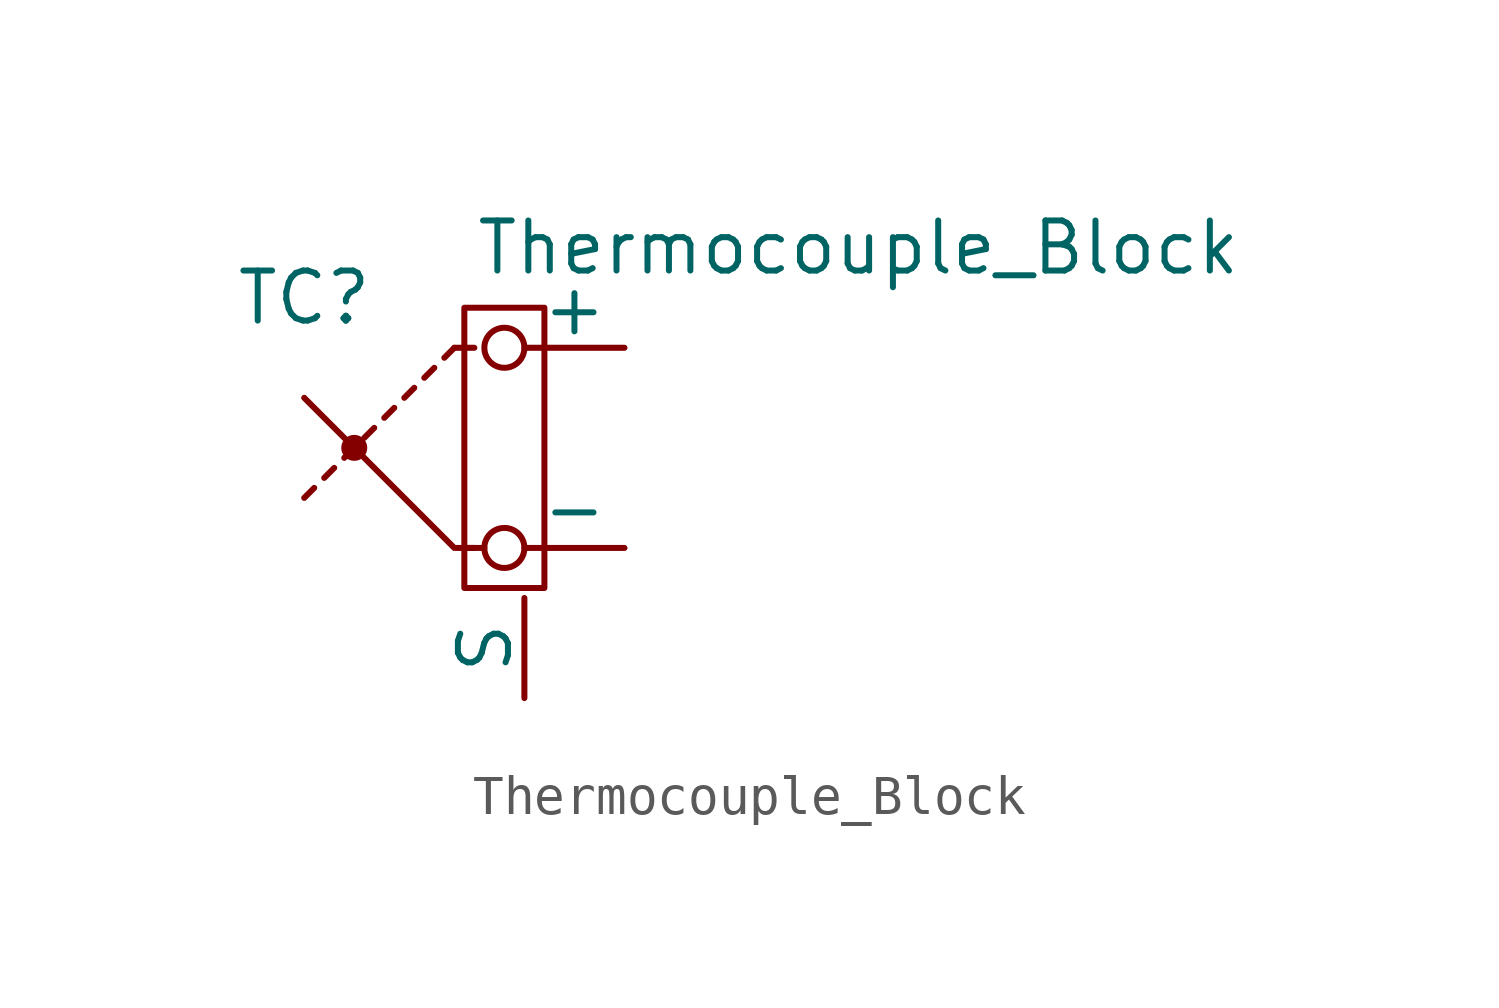
<source format=kicad_sym>
(kicad_symbol_lib
  (version 20211014)
  (generator kicad_symbol_editor)
  (symbol "Thermocouple_Block"
    (pin_numbers hide)
    (pin_names
      (offset 0))
    (property "Reference" "TC"
      (at -3.048 3.81 0)
      (effects (font (size 1.27 1.27))))
    (property "Value" "Thermocouple_Block"
      (at 1.27 5.08 0)
      (effects (font (size 1.27 1.27)) (justify left)))
    (symbol "Thermocouple_Block_0_1"
      (circle (center -1.778 0) (radius 0.254) (stroke (width 0) (type default) (color 0 0 0 0)) (fill (type outline)))
      (polyline (pts (xy -2.794 -1.016) (xy -3.048 -1.27)) (stroke (width 0) (type default) (color 0 0 0 0)) (fill (type none)))
      (polyline (pts (xy -2.286 -0.508) (xy -2.54 -0.762)) (stroke (width 0) (type default) (color 0 0 0 0)) (fill (type none)))
      (polyline (pts (xy -1.778 0) (xy -2.032 -0.254)) (stroke (width 0) (type default) (color 0 0 0 0)) (fill (type none)))
      (polyline (pts (xy -1.27 0.508) (xy -1.524 0.254)) (stroke (width 0) (type default) (color 0 0 0 0)) (fill (type none)))
      (polyline (pts (xy -0.762 1.016) (xy -1.016 0.762)) (stroke (width 0) (type default) (color 0 0 0 0)) (fill (type none)))
      (polyline (pts (xy -0.254 1.524) (xy -0.508 1.27)) (stroke (width 0) (type default) (color 0 0 0 0)) (fill (type none)))
      (polyline (pts (xy 0.254 2.032) (xy 0 1.778)) (stroke (width 0) (type default) (color 0 0 0 0)) (fill (type none)))
      (polyline (pts (xy 0.762 2.54) (xy 0.508 2.286)) (stroke (width 0) (type default) (color 0 0 0 0)) (fill (type none)))
      (polyline (pts (xy 1.27 -2.54) (xy 1.016 -2.54)) (stroke (width 0) (type default) (color 0 0 0 0)) (fill (type none)))
      (polyline (pts (xy 1.27 2.54) (xy 0.762 2.54)) (stroke (width 0) (type default) (color 0 0 0 0)) (fill (type none)))
      (polyline (pts (xy 1.524 -2.54) (xy 0.762 -2.54) (xy -3.048 1.27)) (stroke (width 0) (type default) (color 0 0 0 0)) (fill (type none)))
      (rectangle (start 1.016 3.556) (end 3.048 -3.556) (stroke (width 0) (type default) (color 0 0 0 0)) (fill (type none)))
      (circle (center 2.032 -2.54) (radius 0.508) (stroke (width 0) (type default) (color 0 0 0 0)) (fill (type none)))
      (circle (center 2.032 2.54) (radius 0.508) (stroke (width 0) (type default) (color 0 0 0 0)) (fill (type none))))
    (symbol "Thermocouple_Block_1_1"
      (pin passive line (at 5.08 2.54 180) (length 2.54) (name "+" (effects (font (size 1.27 1.27)))) (number "1" (effects (font (size 1.27 1.27)))))
      (pin passive line (at 5.08 -2.54 180) (length 2.54) (name "-" (effects (font (size 1.27 1.27)))) (number "2" (effects (font (size 1.27 1.27)))))
      (pin passive line (at 2.54 -6.35 90) (length 2.54) (name "S" (effects (font (size 1.27 1.27)))) (number "3" (effects (font (size 1.27 1.27))))))))
</source>
